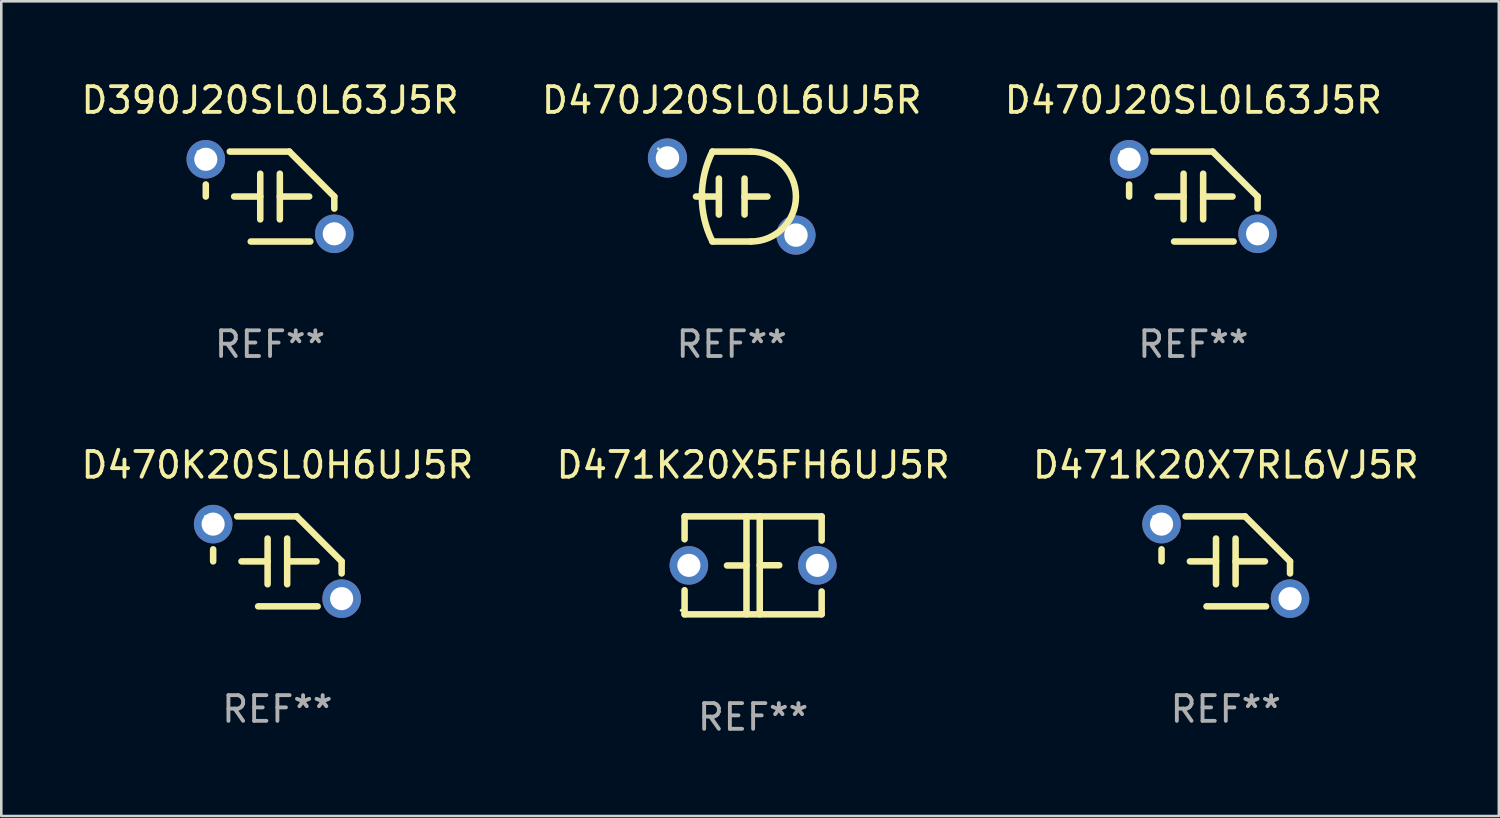
<source format=kicad_pcb>
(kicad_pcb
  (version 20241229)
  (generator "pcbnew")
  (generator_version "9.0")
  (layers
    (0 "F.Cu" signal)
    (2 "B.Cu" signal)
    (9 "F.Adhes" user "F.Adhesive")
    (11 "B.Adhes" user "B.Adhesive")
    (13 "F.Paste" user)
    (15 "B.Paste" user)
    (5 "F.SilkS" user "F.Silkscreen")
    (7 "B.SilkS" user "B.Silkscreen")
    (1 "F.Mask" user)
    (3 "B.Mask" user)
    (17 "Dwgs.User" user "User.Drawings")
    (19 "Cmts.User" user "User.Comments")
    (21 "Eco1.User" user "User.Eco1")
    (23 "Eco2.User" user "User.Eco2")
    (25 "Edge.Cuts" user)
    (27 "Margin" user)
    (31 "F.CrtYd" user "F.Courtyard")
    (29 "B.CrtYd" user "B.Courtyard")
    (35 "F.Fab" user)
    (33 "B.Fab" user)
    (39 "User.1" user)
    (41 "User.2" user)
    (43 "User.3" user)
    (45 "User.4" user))
  (footprint "D470K20SL0H6UJ5R"
    (layer "F.Cu")
    (at 7.744 18.795)
    (property "Reference" "D470K20SL0H6UJ5R" (at 0 -3.75 0) (layer "F.SilkS") (effects (font (size 1 1) (thickness 0.15))))
    (attr through_hole)
    (fp_line (start -2.5 0) (end -2.5 -0.469) (stroke (width 0.254) (type solid)) (layer "F.SilkS"))
    (fp_line (start -1.397 0) (end -0.381 0) (stroke (width 0.254) (type solid)) (layer "F.SilkS"))
    (fp_line (start -0.75 1.75) (end 1.566 1.75) (stroke (width 0.254) (type solid)) (layer "F.SilkS"))
    (fp_line (start -0.381 -0.889) (end -0.381 0.889) (stroke (width 0.254) (type solid)) (layer "F.SilkS"))
    (fp_line (start 0.381 -0.889) (end 0.381 0.889) (stroke (width 0.254) (type solid)) (layer "F.SilkS"))
    (fp_line (start 0.75 -1.75) (end -1.566 -1.75) (stroke (width 0.254) (type solid)) (layer "F.SilkS"))
    (fp_line (start 1.524 0) (end 0.381 0) (stroke (width 0.254) (type solid)) (layer "F.SilkS"))
    (fp_line (start 2.5 0) (end 2.5 0.469) (stroke (width 0.254) (type solid)) (layer "F.SilkS"))
    (fp_arc (start -2.499962 0) (mid 2.499984 -0.000022) (end -2.499962 0) (stroke (width 0.254001) (type solid)) (layer "F.SilkS"))
    (fp_arc (start 2.500013 0) (mid 1.623463 -0.873464) (end 0.749999 -1.750014) (stroke (width 0.254001) (type solid)) (layer "F.SilkS"))
    (fp_circle (center -2.8 -1.75) (end -2.77 -1.75) (stroke (width 0.06) (type solid)) (fill no) (layer "F.SilkS"))
    (fp_text user "REF**" (at 0 5.75 0) (layer "F.Fab") (effects (font (size 1 1) (thickness 0.15))))
    (pad "1" thru_hole circle (at -2.5 -1.45) (size 1.5 1.5) (drill 0.9) (layers "*.Cu" "*.Mask"))
    (pad "2" thru_hole circle (at 2.5 1.45) (size 1.5 1.5) (drill 0.9) (layers "*.Cu" "*.Mask")))
  (footprint "D390J20SL0L63J5R"
    (layer "F.Cu")
    (at 7.458 4.598)
    (property "Reference" "D390J20SL0L63J5R" (at 0 -3.75 0) (layer "F.SilkS") (effects (font (size 1 1) (thickness 0.15))))
    (attr through_hole)
    (fp_line (start -2.5 0) (end -2.5 -0.469) (stroke (width 0.254) (type solid)) (layer "F.SilkS"))
    (fp_line (start -1.397 0) (end -0.381 0) (stroke (width 0.254) (type solid)) (layer "F.SilkS"))
    (fp_line (start -0.75 1.75) (end 1.566 1.75) (stroke (width 0.254) (type solid)) (layer "F.SilkS"))
    (fp_line (start -0.381 -0.889) (end -0.381 0.889) (stroke (width 0.254) (type solid)) (layer "F.SilkS"))
    (fp_line (start 0.381 -0.889) (end 0.381 0.889) (stroke (width 0.254) (type solid)) (layer "F.SilkS"))
    (fp_line (start 0.75 -1.75) (end -1.566 -1.75) (stroke (width 0.254) (type solid)) (layer "F.SilkS"))
    (fp_line (start 1.524 0) (end 0.381 0) (stroke (width 0.254) (type solid)) (layer "F.SilkS"))
    (fp_line (start 2.5 0) (end 2.5 0.469) (stroke (width 0.254) (type solid)) (layer "F.SilkS"))
    (fp_arc (start -2.499962 0) (mid 2.499984 -0.000022) (end -2.499962 0) (stroke (width 0.254001) (type solid)) (layer "F.SilkS"))
    (fp_arc (start 2.500013 0) (mid 1.623463 -0.873464) (end 0.749999 -1.750014) (stroke (width 0.254001) (type solid)) (layer "F.SilkS"))
    (fp_circle (center -2.8 -1.75) (end -2.77 -1.75) (stroke (width 0.06) (type solid)) (fill no) (layer "F.SilkS"))
    (fp_text user "REF**" (at 0 5.75 0) (layer "F.Fab") (effects (font (size 1 1) (thickness 0.15))))
    (pad "1" thru_hole circle (at -2.5 -1.45) (size 1.5 1.5) (drill 0.9) (layers "*.Cu" "*.Mask"))
    (pad "2" thru_hole circle (at 2.5 1.45) (size 1.5 1.5) (drill 0.9) (layers "*.Cu" "*.Mask")))
  (footprint "D471K20X7RL6VJ5R"
    (layer "F.Cu")
    (at 44.649 18.795)
    (property "Reference" "D471K20X7RL6VJ5R" (at 0 -3.75 0) (layer "F.SilkS") (effects (font (size 1 1) (thickness 0.15))))
    (attr through_hole)
    (fp_line (start -2.5 0) (end -2.5 -0.469) (stroke (width 0.254) (type solid)) (layer "F.SilkS"))
    (fp_line (start -1.397 0) (end -0.381 0) (stroke (width 0.254) (type solid)) (layer "F.SilkS"))
    (fp_line (start -0.75 1.75) (end 1.566 1.75) (stroke (width 0.254) (type solid)) (layer "F.SilkS"))
    (fp_line (start -0.381 -0.889) (end -0.381 0.889) (stroke (width 0.254) (type solid)) (layer "F.SilkS"))
    (fp_line (start 0.381 -0.889) (end 0.381 0.889) (stroke (width 0.254) (type solid)) (layer "F.SilkS"))
    (fp_line (start 0.75 -1.75) (end -1.566 -1.75) (stroke (width 0.254) (type solid)) (layer "F.SilkS"))
    (fp_line (start 1.524 0) (end 0.381 0) (stroke (width 0.254) (type solid)) (layer "F.SilkS"))
    (fp_line (start 2.5 0) (end 2.5 0.469) (stroke (width 0.254) (type solid)) (layer "F.SilkS"))
    (fp_arc (start -2.499962 0) (mid 2.499984 -0.000022) (end -2.499962 0) (stroke (width 0.254001) (type solid)) (layer "F.SilkS"))
    (fp_arc (start 2.500013 0) (mid 1.623463 -0.873464) (end 0.749999 -1.750014) (stroke (width 0.254001) (type solid)) (layer "F.SilkS"))
    (fp_circle (center -2.8 -1.75) (end -2.77 -1.75) (stroke (width 0.06) (type solid)) (fill no) (layer "F.SilkS"))
    (fp_text user "REF**" (at 0 5.75 0) (layer "F.Fab") (effects (font (size 1 1) (thickness 0.15))))
    (pad "1" thru_hole circle (at -2.5 -1.45) (size 1.5 1.5) (drill 0.9) (layers "*.Cu" "*.Mask"))
    (pad "2" thru_hole circle (at 2.5 1.45) (size 1.5 1.5) (drill 0.9) (layers "*.Cu" "*.Mask")))
  (footprint "D471K20X5FH6UJ5R"
    (layer "F.Cu")
    (at 26.256 18.95)
    (property "Reference" "D471K20X5FH6UJ5R" (at 0 -3.905 0) (layer "F.SilkS") (effects (font (size 1 1) (thickness 0.15))))
    (attr through_hole)
    (fp_line (start -2.667 -1.905) (end -2.667 -1.016) (stroke (width 0.254) (type solid)) (layer "F.SilkS"))
    (fp_line (start -2.667 0.967) (end -2.667 1.905) (stroke (width 0.254) (type solid)) (layer "F.SilkS"))
    (fp_line (start -2.667 1.905) (end 2.667 1.905) (stroke (width 0.254) (type solid)) (layer "F.SilkS"))
    (fp_line (start -0.258 0.005) (end -1.016 0.005) (stroke (width 0.254) (type solid)) (layer "F.SilkS"))
    (fp_line (start -0.258 1.905) (end -0.258 -1.905) (stroke (width 0.254) (type solid)) (layer "F.SilkS"))
    (fp_line (start 0.258 -1.905) (end 0.258 1.905) (stroke (width 0.254) (type solid)) (layer "F.SilkS"))
    (fp_line (start 0.258 -0.005) (end 1.016 -0.005) (stroke (width 0.254) (type solid)) (layer "F.SilkS"))
    (fp_line (start 2.667 -1.905) (end -2.667 -1.905) (stroke (width 0.254) (type solid)) (layer "F.SilkS"))
    (fp_line (start 2.667 -0.967) (end 2.667 -1.905) (stroke (width 0.254) (type solid)) (layer "F.SilkS"))
    (fp_line (start 2.667 1.905) (end 2.667 1.016) (stroke (width 0.254) (type solid)) (layer "F.SilkS"))
    (fp_circle (center -2.8 1.75) (end -2.77 1.75) (stroke (width 0.06) (type solid)) (fill no) (layer "F.SilkS"))
    (fp_text user "REF**" (at 0 5.905 0) (layer "F.Fab") (effects (font (size 1 1) (thickness 0.15))))
    (pad "1" thru_hole circle (at -2.5 0) (size 1.5 1.5) (drill 0.9) (layers "*.Cu" "*.Mask"))
    (pad "2" thru_hole circle (at 2.5 0) (size 1.5 1.5) (drill 0.9) (layers "*.Cu" "*.Mask")))
  (footprint "D470J20SL0L63J5R"
    (layer "F.Cu")
    (at 43.387 4.598)
    (property "Reference" "D470J20SL0L63J5R" (at 0 -3.75 0) (layer "F.SilkS") (effects (font (size 1 1) (thickness 0.15))))
    (attr through_hole)
    (fp_line (start -2.5 0) (end -2.5 -0.469) (stroke (width 0.254) (type solid)) (layer "F.SilkS"))
    (fp_line (start -1.397 0) (end -0.381 0) (stroke (width 0.254) (type solid)) (layer "F.SilkS"))
    (fp_line (start -0.75 1.75) (end 1.566 1.75) (stroke (width 0.254) (type solid)) (layer "F.SilkS"))
    (fp_line (start -0.381 -0.889) (end -0.381 0.889) (stroke (width 0.254) (type solid)) (layer "F.SilkS"))
    (fp_line (start 0.381 -0.889) (end 0.381 0.889) (stroke (width 0.254) (type solid)) (layer "F.SilkS"))
    (fp_line (start 0.75 -1.75) (end -1.566 -1.75) (stroke (width 0.254) (type solid)) (layer "F.SilkS"))
    (fp_line (start 1.524 0) (end 0.381 0) (stroke (width 0.254) (type solid)) (layer "F.SilkS"))
    (fp_line (start 2.5 0) (end 2.5 0.469) (stroke (width 0.254) (type solid)) (layer "F.SilkS"))
    (fp_arc (start -2.499962 0) (mid 2.499984 -0.000022) (end -2.499962 0) (stroke (width 0.254001) (type solid)) (layer "F.SilkS"))
    (fp_arc (start 2.500013 0) (mid 1.623463 -0.873464) (end 0.749999 -1.750014) (stroke (width 0.254001) (type solid)) (layer "F.SilkS"))
    (fp_circle (center -2.8 -1.75) (end -2.77 -1.75) (stroke (width 0.06) (type solid)) (fill no) (layer "F.SilkS"))
    (fp_text user "REF**" (at 0 5.75 0) (layer "F.Fab") (effects (font (size 1 1) (thickness 0.15))))
    (pad "1" thru_hole circle (at -2.5 -1.45) (size 1.5 1.5) (drill 0.9) (layers "*.Cu" "*.Mask"))
    (pad "2" thru_hole circle (at 2.5 1.45) (size 1.5 1.5) (drill 0.9) (layers "*.Cu" "*.Mask")))
  (footprint "D470J20SL0L6UJ5R"
    (layer "F.Cu")
    (at 25.423 4.598)
    (property "Reference" "D470J20SL0L6UJ5R" (at 0 -3.75 0) (layer "F.SilkS") (effects (font (size 1 1) (thickness 0.15))))
    (attr through_hole)
    (fp_line (start -0.75 -1.75) (end 0.75 -1.75) (stroke (width 0.254) (type solid)) (layer "F.SilkS"))
    (fp_line (start -0.5 -0.7) (end -0.5 0.7) (stroke (width 0.254) (type solid)) (layer "F.SilkS"))
    (fp_line (start -0.5 0.000305) (end -1.39 0.000305) (stroke (width 0.254) (type solid)) (layer "F.SilkS"))
    (fp_line (start 0.5 -0.000356) (end 1.39 -0.000356) (stroke (width 0.254) (type solid)) (layer "F.SilkS"))
    (fp_line (start 0.5 0.7) (end 0.5 -0.7) (stroke (width 0.254) (type solid)) (layer "F.SilkS"))
    (fp_line (start 0.75 1.75) (end -0.75 1.75) (stroke (width 0.254) (type solid)) (layer "F.SilkS"))
    (fp_arc (start -0.749429 1.750063) (mid -1.1628 0.000109) (end -0.75014 -1.750013) (stroke (width 0.254001) (type solid)) (layer "F.SilkS"))
    (fp_arc (start 0.749173 -1.750063) (mid 2.499212 -0.000381) (end 0.749886 1.750013) (stroke (width 0.254001) (type solid)) (layer "F.SilkS"))
    (fp_circle (center -2.855 -1.855) (end -2.825 -1.855) (stroke (width 0.06) (type solid)) (fill no) (layer "F.SilkS"))
    (fp_text user "REF**" (at 0 5.75 0) (layer "F.Fab") (effects (font (size 1 1) (thickness 0.15))))
    (pad "1" thru_hole circle (at -2.5 -1.5) (size 1.524 1.524) (drill 0.914) (layers "*.Cu" "*.Mask"))
    (pad "2" thru_hole circle (at 2.5 1.5) (size 1.524 1.524) (drill 0.914) (layers "*.Cu" "*.Mask")))
  (gr_rect
    (start -3 -3)
    (end 55.274 28.703)
    (stroke (width 0.1) (type default))
    (fill no)
    (layer "Edge.Cuts")))
</source>
